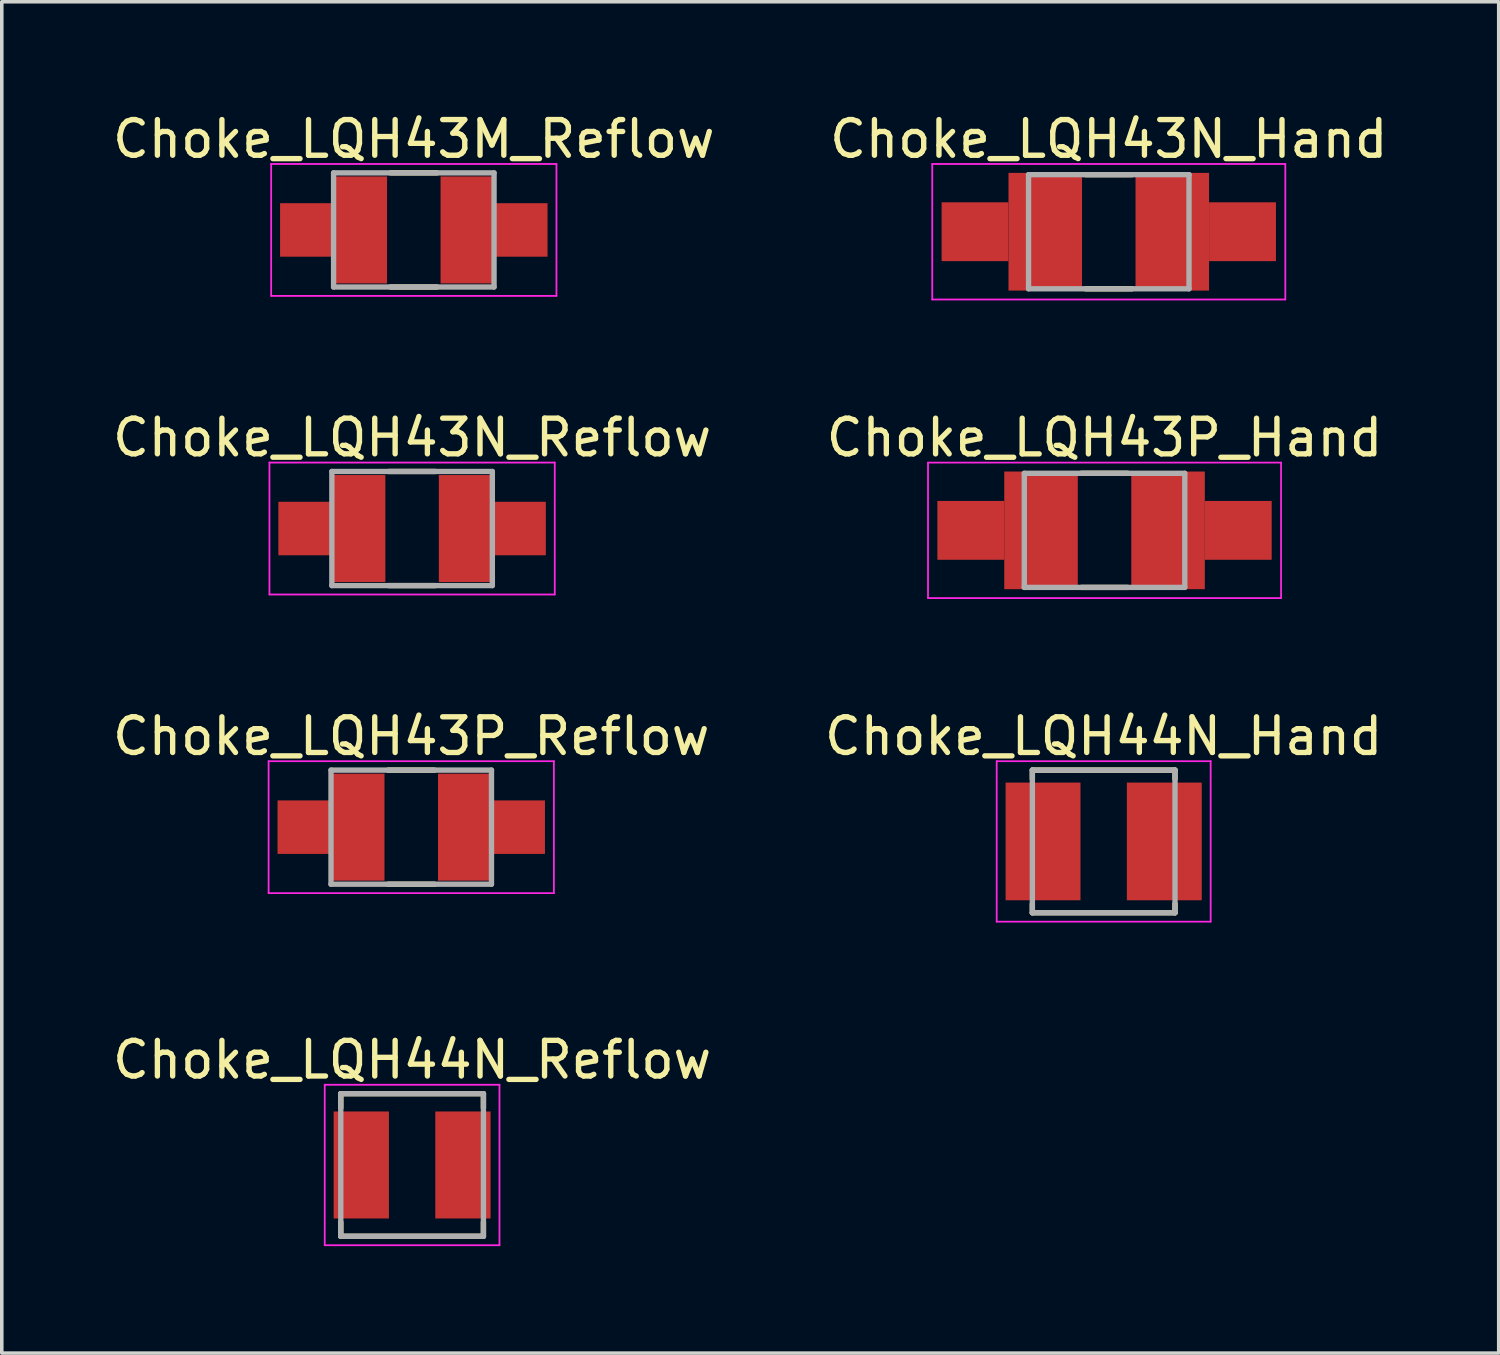
<source format=kicad_pcb>
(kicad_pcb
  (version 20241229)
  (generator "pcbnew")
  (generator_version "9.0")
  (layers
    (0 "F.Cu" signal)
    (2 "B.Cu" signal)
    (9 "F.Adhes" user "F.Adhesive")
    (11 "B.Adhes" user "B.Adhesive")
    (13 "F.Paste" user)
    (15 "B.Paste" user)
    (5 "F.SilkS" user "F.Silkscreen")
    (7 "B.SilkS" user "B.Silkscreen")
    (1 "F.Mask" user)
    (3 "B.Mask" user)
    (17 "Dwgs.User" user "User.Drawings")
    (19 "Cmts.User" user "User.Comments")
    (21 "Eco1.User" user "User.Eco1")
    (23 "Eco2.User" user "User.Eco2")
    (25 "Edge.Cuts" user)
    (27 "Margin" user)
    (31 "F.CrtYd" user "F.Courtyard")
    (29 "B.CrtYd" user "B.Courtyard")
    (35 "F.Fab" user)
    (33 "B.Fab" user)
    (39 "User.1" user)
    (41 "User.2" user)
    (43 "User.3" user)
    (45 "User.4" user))
  (footprint "Choke_LQH43P_Reflow"
    (layer "F.Cu")
    (at 8.482 20.145)
    (property "Reference" "Choke_LQH43P_Reflow" (at 0 -2.55 0) (layer "F.SilkS") (effects (font (size 1 1) (thickness 0.15))))
    (attr smd)
    (fp_line (start -0.65 -1.6) (end 0.65 -1.6) (stroke (width 0.15) (type solid)) (layer "F.SilkS"))
    (fp_line (start -0.65 1.6) (end 0.65 1.6) (stroke (width 0.15) (type solid)) (layer "F.SilkS"))
    (fp_line (start -4 -1.85) (end -4 1.85) (stroke (width 0.05) (type solid)) (layer "F.CrtYd"))
    (fp_line (start -4 -1.85) (end 4 -1.85) (stroke (width 0.05) (type solid)) (layer "F.CrtYd"))
    (fp_line (start -4 1.85) (end 4 1.85) (stroke (width 0.05) (type solid)) (layer "F.CrtYd"))
    (fp_line (start 4 -1.85) (end 4 1.85) (stroke (width 0.05) (type solid)) (layer "F.CrtYd"))
    (fp_line (start -2.25 -1.6) (end -2.25 1.6) (stroke (width 0.15) (type solid)) (layer "F.Fab"))
    (fp_line (start -2.25 -1.6) (end 2.25 -1.6) (stroke (width 0.15) (type solid)) (layer "F.Fab"))
    (fp_line (start -2.25 1.6) (end 2.25 1.6) (stroke (width 0.15) (type solid)) (layer "F.Fab"))
    (fp_line (start 2.25 -1.6) (end 2.25 1.6) (stroke (width 0.15) (type solid)) (layer "F.Fab"))
    (pad "1" smd rect (at -3 0) (size 1.5 1.5) (layers "F.Cu" "F.Mask" "F.Paste"))
    (pad "1" smd rect (at -1.5 0) (size 1.5 3) (layers "F.Cu" "F.Mask" "F.Paste"))
    (pad "2" smd rect (at 1.5 0) (size 1.5 3) (layers "F.Cu" "F.Mask" "F.Paste"))
    (pad "2" smd rect (at 3 0) (size 1.5 1.5) (layers "F.Cu" "F.Mask" "F.Paste")))
  (footprint "Choke_LQH44N_Reflow"
    (layer "F.Cu")
    (at 8.506 29.618)
    (property "Reference" "Choke_LQH44N_Reflow" (at 0 -2.95 0) (layer "F.SilkS") (effects (font (size 1 1) (thickness 0.15))))
    (attr smd)
    (fp_line (start -2 -2) (end -2 -1.6) (stroke (width 0.15) (type solid)) (layer "F.SilkS"))
    (fp_line (start -2 -2) (end 2 -2) (stroke (width 0.15) (type solid)) (layer "F.SilkS"))
    (fp_line (start -2 1.6) (end -2 2) (stroke (width 0.15) (type solid)) (layer "F.SilkS"))
    (fp_line (start -2 2) (end 2 2) (stroke (width 0.15) (type solid)) (layer "F.SilkS"))
    (fp_line (start 2 -2) (end 2 -1.6) (stroke (width 0.15) (type solid)) (layer "F.SilkS"))
    (fp_line (start 2 1.6) (end 2 2) (stroke (width 0.15) (type solid)) (layer "F.SilkS"))
    (fp_line (start -2.45 -2.25) (end -2.45 2.25) (stroke (width 0.05) (type solid)) (layer "F.CrtYd"))
    (fp_line (start -2.45 -2.25) (end 2.45 -2.25) (stroke (width 0.05) (type solid)) (layer "F.CrtYd"))
    (fp_line (start -2.45 2.25) (end 2.45 2.25) (stroke (width 0.05) (type solid)) (layer "F.CrtYd"))
    (fp_line (start 2.45 -2.25) (end 2.45 2.25) (stroke (width 0.05) (type solid)) (layer "F.CrtYd"))
    (fp_line (start -2 -2) (end -2 2) (stroke (width 0.15) (type solid)) (layer "F.Fab"))
    (fp_line (start -2 -2) (end 2 -2) (stroke (width 0.15) (type solid)) (layer "F.Fab"))
    (fp_line (start -2 2) (end 2 2) (stroke (width 0.15) (type solid)) (layer "F.Fab"))
    (fp_line (start 2 -2) (end 2 2) (stroke (width 0.15) (type solid)) (layer "F.Fab"))
    (pad "1" smd rect (at -1.425 0) (size 1.55 3) (layers "F.Cu" "F.Mask" "F.Paste"))
    (pad "2" smd rect (at 1.425 0) (size 1.55 3) (layers "F.Cu" "F.Mask" "F.Paste")))
  (footprint "Choke_LQH43N_Hand"
    (layer "F.Cu")
    (at 28.042 3.448)
    (property "Reference" "Choke_LQH43N_Hand" (at 0 -2.6 0) (layer "F.SilkS") (effects (font (size 1 1) (thickness 0.15))))
    (attr smd)
    (fp_line (start -0.65 -1.6) (end 0.65 -1.6) (stroke (width 0.15) (type solid)) (layer "F.SilkS"))
    (fp_line (start -0.65 1.6) (end 0.65 1.6) (stroke (width 0.15) (type solid)) (layer "F.SilkS"))
    (fp_line (start -4.95 -1.9) (end -4.95 1.9) (stroke (width 0.05) (type solid)) (layer "F.CrtYd"))
    (fp_line (start -4.95 -1.9) (end 4.95 -1.9) (stroke (width 0.05) (type solid)) (layer "F.CrtYd"))
    (fp_line (start -4.95 1.9) (end 4.95 1.9) (stroke (width 0.05) (type solid)) (layer "F.CrtYd"))
    (fp_line (start 4.95 -1.9) (end 4.95 1.9) (stroke (width 0.05) (type solid)) (layer "F.CrtYd"))
    (fp_line (start -2.25 -1.6) (end -2.25 1.6) (stroke (width 0.15) (type solid)) (layer "F.Fab"))
    (fp_line (start -2.25 -1.6) (end 2.25 -1.6) (stroke (width 0.15) (type solid)) (layer "F.Fab"))
    (fp_line (start -2.25 1.6) (end 2.25 1.6) (stroke (width 0.15) (type solid)) (layer "F.Fab"))
    (fp_line (start 2.25 -1.6) (end 2.25 1.6) (stroke (width 0.15) (type solid)) (layer "F.Fab"))
    (pad "1" smd rect (at -3.75 0) (size 1.875 1.65) (layers "F.Cu" "F.Mask" "F.Paste"))
    (pad "1" smd rect (at -1.781 0) (size 2.062 3.3) (layers "F.Cu" "F.Mask" "F.Paste"))
    (pad "2" smd rect (at 1.781 0) (size 2.062 3.3) (layers "F.Cu" "F.Mask" "F.Paste"))
    (pad "2" smd rect (at 3.75 0) (size 1.875 1.65) (layers "F.Cu" "F.Mask" "F.Paste")))
  (footprint "Choke_LQH44N_Hand"
    (layer "F.Cu")
    (at 27.899 20.545)
    (property "Reference" "Choke_LQH44N_Hand" (at 0 -2.95 0) (layer "F.SilkS") (effects (font (size 1 1) (thickness 0.15))))
    (attr smd)
    (fp_line (start -2 -2) (end -2 -1.75) (stroke (width 0.15) (type solid)) (layer "F.SilkS"))
    (fp_line (start -2 -2) (end 2 -2) (stroke (width 0.15) (type solid)) (layer "F.SilkS"))
    (fp_line (start -2 1.75) (end -2 2) (stroke (width 0.15) (type solid)) (layer "F.SilkS"))
    (fp_line (start -2 2) (end 2 2) (stroke (width 0.15) (type solid)) (layer "F.SilkS"))
    (fp_line (start 2 -2) (end 2 -1.75) (stroke (width 0.15) (type solid)) (layer "F.SilkS"))
    (fp_line (start 2 1.75) (end 2 2) (stroke (width 0.15) (type solid)) (layer "F.SilkS"))
    (fp_line (start -3 -2.25) (end -3 2.25) (stroke (width 0.05) (type solid)) (layer "F.CrtYd"))
    (fp_line (start -3 -2.25) (end 3 -2.25) (stroke (width 0.05) (type solid)) (layer "F.CrtYd"))
    (fp_line (start -3 2.25) (end 3 2.25) (stroke (width 0.05) (type solid)) (layer "F.CrtYd"))
    (fp_line (start 3 -2.25) (end 3 2.25) (stroke (width 0.05) (type solid)) (layer "F.CrtYd"))
    (fp_line (start -2 -2) (end -2 2) (stroke (width 0.15) (type solid)) (layer "F.Fab"))
    (fp_line (start -2 -2) (end 2 -2) (stroke (width 0.15) (type solid)) (layer "F.Fab"))
    (fp_line (start -2 2) (end 2 2) (stroke (width 0.15) (type solid)) (layer "F.Fab"))
    (fp_line (start 2 -2) (end 2 2) (stroke (width 0.15) (type solid)) (layer "F.Fab"))
    (pad "1" smd rect (at -1.7 0) (size 2.1 3.3) (layers "F.Cu" "F.Mask" "F.Paste"))
    (pad "2" smd rect (at 1.7 0) (size 2.1 3.3) (layers "F.Cu" "F.Mask" "F.Paste")))
  (footprint "Choke_LQH43M_Reflow"
    (layer "F.Cu")
    (at 8.554 3.398)
    (property "Reference" "Choke_LQH43M_Reflow" (at 0 -2.55 0) (layer "F.SilkS") (effects (font (size 1 1) (thickness 0.15))))
    (attr smd)
    (fp_line (start -0.65 -1.6) (end 0.65 -1.6) (stroke (width 0.15) (type solid)) (layer "F.SilkS"))
    (fp_line (start -0.65 1.6) (end 0.65 1.6) (stroke (width 0.15) (type solid)) (layer "F.SilkS"))
    (fp_line (start -4 -1.85) (end -4 1.85) (stroke (width 0.05) (type solid)) (layer "F.CrtYd"))
    (fp_line (start -4 -1.85) (end 4 -1.85) (stroke (width 0.05) (type solid)) (layer "F.CrtYd"))
    (fp_line (start -4 1.85) (end 4 1.85) (stroke (width 0.05) (type solid)) (layer "F.CrtYd"))
    (fp_line (start 4 -1.85) (end 4 1.85) (stroke (width 0.05) (type solid)) (layer "F.CrtYd"))
    (fp_line (start -2.25 -1.6) (end -2.25 1.6) (stroke (width 0.15) (type solid)) (layer "F.Fab"))
    (fp_line (start -2.25 -1.6) (end 2.25 -1.6) (stroke (width 0.15) (type solid)) (layer "F.Fab"))
    (fp_line (start -2.25 1.6) (end 2.25 1.6) (stroke (width 0.15) (type solid)) (layer "F.Fab"))
    (fp_line (start 2.25 -1.6) (end 2.25 1.6) (stroke (width 0.15) (type solid)) (layer "F.Fab"))
    (pad "1" smd rect (at -3 0) (size 1.5 1.5) (layers "F.Cu" "F.Mask" "F.Paste"))
    (pad "1" smd rect (at -1.5 0) (size 1.5 3) (layers "F.Cu" "F.Mask" "F.Paste"))
    (pad "2" smd rect (at 1.5 0) (size 1.5 3) (layers "F.Cu" "F.Mask" "F.Paste"))
    (pad "2" smd rect (at 3 0) (size 1.5 1.5) (layers "F.Cu" "F.Mask" "F.Paste")))
  (footprint "Choke_LQH43P_Hand"
    (layer "F.Cu")
    (at 27.923 11.822)
    (property "Reference" "Choke_LQH43P_Hand" (at 0 -2.6 0) (layer "F.SilkS") (effects (font (size 1 1) (thickness 0.15))))
    (attr smd)
    (fp_line (start -0.65 -1.6) (end 0.65 -1.6) (stroke (width 0.15) (type solid)) (layer "F.SilkS"))
    (fp_line (start -0.65 1.6) (end 0.65 1.6) (stroke (width 0.15) (type solid)) (layer "F.SilkS"))
    (fp_line (start -4.95 -1.9) (end -4.95 1.9) (stroke (width 0.05) (type solid)) (layer "F.CrtYd"))
    (fp_line (start -4.95 -1.9) (end 4.95 -1.9) (stroke (width 0.05) (type solid)) (layer "F.CrtYd"))
    (fp_line (start -4.95 1.9) (end 4.95 1.9) (stroke (width 0.05) (type solid)) (layer "F.CrtYd"))
    (fp_line (start 4.95 -1.9) (end 4.95 1.9) (stroke (width 0.05) (type solid)) (layer "F.CrtYd"))
    (fp_line (start -2.25 -1.6) (end -2.25 1.6) (stroke (width 0.15) (type solid)) (layer "F.Fab"))
    (fp_line (start -2.25 -1.6) (end 2.25 -1.6) (stroke (width 0.15) (type solid)) (layer "F.Fab"))
    (fp_line (start -2.25 1.6) (end 2.25 1.6) (stroke (width 0.15) (type solid)) (layer "F.Fab"))
    (fp_line (start 2.25 -1.6) (end 2.25 1.6) (stroke (width 0.15) (type solid)) (layer "F.Fab"))
    (pad "1" smd rect (at -3.75 0) (size 1.875 1.65) (layers "F.Cu" "F.Mask" "F.Paste"))
    (pad "1" smd rect (at -1.781 0) (size 2.062 3.3) (layers "F.Cu" "F.Mask" "F.Paste"))
    (pad "2" smd rect (at 1.781 0) (size 2.062 3.3) (layers "F.Cu" "F.Mask" "F.Paste"))
    (pad "2" smd rect (at 3.75 0) (size 1.875 1.65) (layers "F.Cu" "F.Mask" "F.Paste")))
  (footprint "Choke_LQH43N_Reflow"
    (layer "F.Cu")
    (at 8.506 11.771)
    (property "Reference" "Choke_LQH43N_Reflow" (at 0 -2.55 0) (layer "F.SilkS") (effects (font (size 1 1) (thickness 0.15))))
    (attr smd)
    (fp_line (start -0.65 -1.6) (end 0.65 -1.6) (stroke (width 0.15) (type solid)) (layer "F.SilkS"))
    (fp_line (start -0.65 1.6) (end 0.65 1.6) (stroke (width 0.15) (type solid)) (layer "F.SilkS"))
    (fp_line (start -4 -1.85) (end -4 1.85) (stroke (width 0.05) (type solid)) (layer "F.CrtYd"))
    (fp_line (start -4 -1.85) (end 4 -1.85) (stroke (width 0.05) (type solid)) (layer "F.CrtYd"))
    (fp_line (start -4 1.85) (end 4 1.85) (stroke (width 0.05) (type solid)) (layer "F.CrtYd"))
    (fp_line (start 4 -1.85) (end 4 1.85) (stroke (width 0.05) (type solid)) (layer "F.CrtYd"))
    (fp_line (start -2.25 -1.6) (end -2.25 1.6) (stroke (width 0.15) (type solid)) (layer "F.Fab"))
    (fp_line (start -2.25 -1.6) (end 2.25 -1.6) (stroke (width 0.15) (type solid)) (layer "F.Fab"))
    (fp_line (start -2.25 1.6) (end 2.25 1.6) (stroke (width 0.15) (type solid)) (layer "F.Fab"))
    (fp_line (start 2.25 -1.6) (end 2.25 1.6) (stroke (width 0.15) (type solid)) (layer "F.Fab"))
    (pad "1" smd rect (at -3 0) (size 1.5 1.5) (layers "F.Cu" "F.Mask" "F.Paste"))
    (pad "1" smd rect (at -1.5 0) (size 1.5 3) (layers "F.Cu" "F.Mask" "F.Paste"))
    (pad "2" smd rect (at 1.5 0) (size 1.5 3) (layers "F.Cu" "F.Mask" "F.Paste"))
    (pad "2" smd rect (at 3 0) (size 1.5 1.5) (layers "F.Cu" "F.Mask" "F.Paste")))
  (gr_rect
    (start -3 -3)
    (end 38.976 34.893)
    (stroke (width 0.1) (type default))
    (fill no)
    (layer "Edge.Cuts")))
</source>
